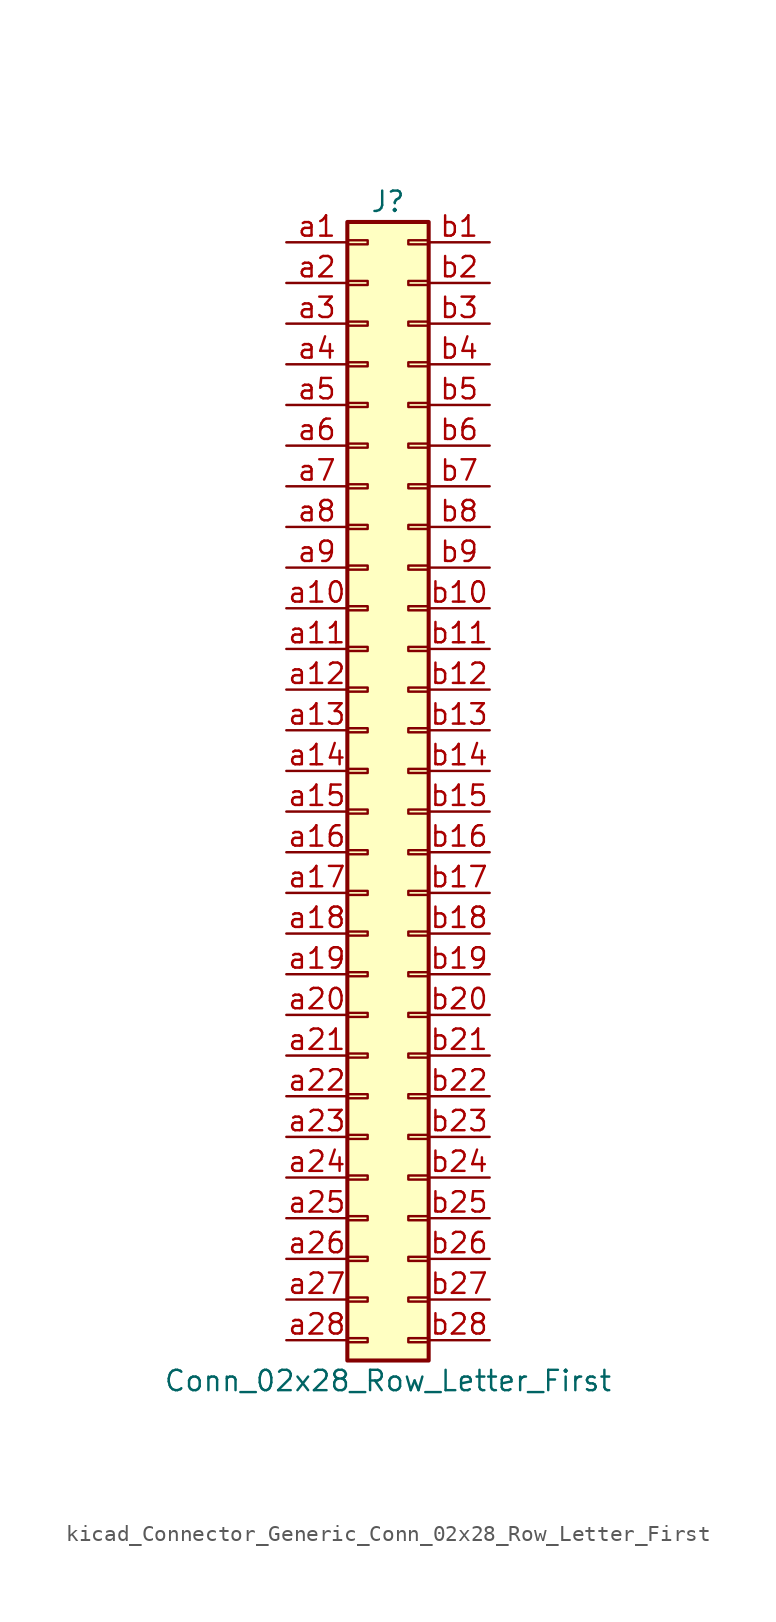
<source format=kicad_sym>
(kicad_symbol_lib
  (version 20220914)
  (generator kicad_symbol_editor)
  (symbol "kicad_Connector_Generic_Conn_02x28_Row_Letter_First"
    (pin_names
      (offset 1.016) hide)
    (property "Reference" "J"
      (at 1.27 35.56 0)
      (effects (font (size 1.27 1.27))))
    (property "Value" "Conn_02x28_Row_Letter_First"
      (at 1.27 -38.1 0)
      (effects (font (size 1.27 1.27))))
    (symbol "kicad_Connector_Generic_Conn_02x28_Row_Letter_First_1_1"
      (rectangle (start -1.27 -35.433) (end 0 -35.687) (stroke (width 0.152) (type default)) (fill (type none)))
      (rectangle (start -1.27 -32.893) (end 0 -33.147) (stroke (width 0.152) (type default)) (fill (type none)))
      (rectangle (start -1.27 -30.353) (end 0 -30.607) (stroke (width 0.152) (type default)) (fill (type none)))
      (rectangle (start -1.27 -27.813) (end 0 -28.067) (stroke (width 0.152) (type default)) (fill (type none)))
      (rectangle (start -1.27 -25.273) (end 0 -25.527) (stroke (width 0.152) (type default)) (fill (type none)))
      (rectangle (start -1.27 -22.733) (end 0 -22.987) (stroke (width 0.152) (type default)) (fill (type none)))
      (rectangle (start -1.27 -20.193) (end 0 -20.447) (stroke (width 0.152) (type default)) (fill (type none)))
      (rectangle (start -1.27 -17.653) (end 0 -17.907) (stroke (width 0.152) (type default)) (fill (type none)))
      (rectangle (start -1.27 -15.113) (end 0 -15.367) (stroke (width 0.152) (type default)) (fill (type none)))
      (rectangle (start -1.27 -12.573) (end 0 -12.827) (stroke (width 0.152) (type default)) (fill (type none)))
      (rectangle (start -1.27 -10.033) (end 0 -10.287) (stroke (width 0.152) (type default)) (fill (type none)))
      (rectangle (start -1.27 -7.493) (end 0 -7.747) (stroke (width 0.152) (type default)) (fill (type none)))
      (rectangle (start -1.27 -4.953) (end 0 -5.207) (stroke (width 0.152) (type default)) (fill (type none)))
      (rectangle (start -1.27 -2.413) (end 0 -2.667) (stroke (width 0.152) (type default)) (fill (type none)))
      (rectangle (start -1.27 0.127) (end 0 -0.127) (stroke (width 0.152) (type default)) (fill (type none)))
      (rectangle (start -1.27 2.667) (end 0 2.413) (stroke (width 0.152) (type default)) (fill (type none)))
      (rectangle (start -1.27 5.207) (end 0 4.953) (stroke (width 0.152) (type default)) (fill (type none)))
      (rectangle (start -1.27 7.747) (end 0 7.493) (stroke (width 0.152) (type default)) (fill (type none)))
      (rectangle (start -1.27 10.287) (end 0 10.033) (stroke (width 0.152) (type default)) (fill (type none)))
      (rectangle (start -1.27 12.827) (end 0 12.573) (stroke (width 0.152) (type default)) (fill (type none)))
      (rectangle (start -1.27 15.367) (end 0 15.113) (stroke (width 0.152) (type default)) (fill (type none)))
      (rectangle (start -1.27 17.907) (end 0 17.653) (stroke (width 0.152) (type default)) (fill (type none)))
      (rectangle (start -1.27 20.447) (end 0 20.193) (stroke (width 0.152) (type default)) (fill (type none)))
      (rectangle (start -1.27 22.987) (end 0 22.733) (stroke (width 0.152) (type default)) (fill (type none)))
      (rectangle (start -1.27 25.527) (end 0 25.273) (stroke (width 0.152) (type default)) (fill (type none)))
      (rectangle (start -1.27 28.067) (end 0 27.813) (stroke (width 0.152) (type default)) (fill (type none)))
      (rectangle (start -1.27 30.607) (end 0 30.353) (stroke (width 0.152) (type default)) (fill (type none)))
      (rectangle (start -1.27 33.147) (end 0 32.893) (stroke (width 0.152) (type default)) (fill (type none)))
      (rectangle (start -1.27 34.29) (end 3.81 -36.83) (stroke (width 0.254) (type default)) (fill (type background)))
      (rectangle (start 3.81 -35.433) (end 2.54 -35.687) (stroke (width 0.152) (type default)) (fill (type none)))
      (rectangle (start 3.81 -32.893) (end 2.54 -33.147) (stroke (width 0.152) (type default)) (fill (type none)))
      (rectangle (start 3.81 -30.353) (end 2.54 -30.607) (stroke (width 0.152) (type default)) (fill (type none)))
      (rectangle (start 3.81 -27.813) (end 2.54 -28.067) (stroke (width 0.152) (type default)) (fill (type none)))
      (rectangle (start 3.81 -25.273) (end 2.54 -25.527) (stroke (width 0.152) (type default)) (fill (type none)))
      (rectangle (start 3.81 -22.733) (end 2.54 -22.987) (stroke (width 0.152) (type default)) (fill (type none)))
      (rectangle (start 3.81 -20.193) (end 2.54 -20.447) (stroke (width 0.152) (type default)) (fill (type none)))
      (rectangle (start 3.81 -17.653) (end 2.54 -17.907) (stroke (width 0.152) (type default)) (fill (type none)))
      (rectangle (start 3.81 -15.113) (end 2.54 -15.367) (stroke (width 0.152) (type default)) (fill (type none)))
      (rectangle (start 3.81 -12.573) (end 2.54 -12.827) (stroke (width 0.152) (type default)) (fill (type none)))
      (rectangle (start 3.81 -10.033) (end 2.54 -10.287) (stroke (width 0.152) (type default)) (fill (type none)))
      (rectangle (start 3.81 -7.493) (end 2.54 -7.747) (stroke (width 0.152) (type default)) (fill (type none)))
      (rectangle (start 3.81 -4.953) (end 2.54 -5.207) (stroke (width 0.152) (type default)) (fill (type none)))
      (rectangle (start 3.81 -2.413) (end 2.54 -2.667) (stroke (width 0.152) (type default)) (fill (type none)))
      (rectangle (start 3.81 0.127) (end 2.54 -0.127) (stroke (width 0.152) (type default)) (fill (type none)))
      (rectangle (start 3.81 2.667) (end 2.54 2.413) (stroke (width 0.152) (type default)) (fill (type none)))
      (rectangle (start 3.81 5.207) (end 2.54 4.953) (stroke (width 0.152) (type default)) (fill (type none)))
      (rectangle (start 3.81 7.747) (end 2.54 7.493) (stroke (width 0.152) (type default)) (fill (type none)))
      (rectangle (start 3.81 10.287) (end 2.54 10.033) (stroke (width 0.152) (type default)) (fill (type none)))
      (rectangle (start 3.81 12.827) (end 2.54 12.573) (stroke (width 0.152) (type default)) (fill (type none)))
      (rectangle (start 3.81 15.367) (end 2.54 15.113) (stroke (width 0.152) (type default)) (fill (type none)))
      (rectangle (start 3.81 17.907) (end 2.54 17.653) (stroke (width 0.152) (type default)) (fill (type none)))
      (rectangle (start 3.81 20.447) (end 2.54 20.193) (stroke (width 0.152) (type default)) (fill (type none)))
      (rectangle (start 3.81 22.987) (end 2.54 22.733) (stroke (width 0.152) (type default)) (fill (type none)))
      (rectangle (start 3.81 25.527) (end 2.54 25.273) (stroke (width 0.152) (type default)) (fill (type none)))
      (rectangle (start 3.81 28.067) (end 2.54 27.813) (stroke (width 0.152) (type default)) (fill (type none)))
      (rectangle (start 3.81 30.607) (end 2.54 30.353) (stroke (width 0.152) (type default)) (fill (type none)))
      (rectangle (start 3.81 33.147) (end 2.54 32.893) (stroke (width 0.152) (type default)) (fill (type none)))
      (pin passive line (at -5.08 33.02 0) (length 3.81) (name "Pin_a1" (effects (font (size 1.27 1.27)))) (number "a1" (effects (font (size 1.27 1.27)))))
      (pin passive line (at -5.08 10.16 0) (length 3.81) (name "Pin_a10" (effects (font (size 1.27 1.27)))) (number "a10" (effects (font (size 1.27 1.27)))))
      (pin passive line (at -5.08 7.62 0) (length 3.81) (name "Pin_a11" (effects (font (size 1.27 1.27)))) (number "a11" (effects (font (size 1.27 1.27)))))
      (pin passive line (at -5.08 5.08 0) (length 3.81) (name "Pin_a12" (effects (font (size 1.27 1.27)))) (number "a12" (effects (font (size 1.27 1.27)))))
      (pin passive line (at -5.08 2.54 0) (length 3.81) (name "Pin_a13" (effects (font (size 1.27 1.27)))) (number "a13" (effects (font (size 1.27 1.27)))))
      (pin passive line (at -5.08 0 0) (length 3.81) (name "Pin_a14" (effects (font (size 1.27 1.27)))) (number "a14" (effects (font (size 1.27 1.27)))))
      (pin passive line (at -5.08 -2.54 0) (length 3.81) (name "Pin_a15" (effects (font (size 1.27 1.27)))) (number "a15" (effects (font (size 1.27 1.27)))))
      (pin passive line (at -5.08 -5.08 0) (length 3.81) (name "Pin_a16" (effects (font (size 1.27 1.27)))) (number "a16" (effects (font (size 1.27 1.27)))))
      (pin passive line (at -5.08 -7.62 0) (length 3.81) (name "Pin_a17" (effects (font (size 1.27 1.27)))) (number "a17" (effects (font (size 1.27 1.27)))))
      (pin passive line (at -5.08 -10.16 0) (length 3.81) (name "Pin_a18" (effects (font (size 1.27 1.27)))) (number "a18" (effects (font (size 1.27 1.27)))))
      (pin passive line (at -5.08 -12.7 0) (length 3.81) (name "Pin_a19" (effects (font (size 1.27 1.27)))) (number "a19" (effects (font (size 1.27 1.27)))))
      (pin passive line (at -5.08 30.48 0) (length 3.81) (name "Pin_a2" (effects (font (size 1.27 1.27)))) (number "a2" (effects (font (size 1.27 1.27)))))
      (pin passive line (at -5.08 -15.24 0) (length 3.81) (name "Pin_a20" (effects (font (size 1.27 1.27)))) (number "a20" (effects (font (size 1.27 1.27)))))
      (pin passive line (at -5.08 -17.78 0) (length 3.81) (name "Pin_a21" (effects (font (size 1.27 1.27)))) (number "a21" (effects (font (size 1.27 1.27)))))
      (pin passive line (at -5.08 -20.32 0) (length 3.81) (name "Pin_a22" (effects (font (size 1.27 1.27)))) (number "a22" (effects (font (size 1.27 1.27)))))
      (pin passive line (at -5.08 -22.86 0) (length 3.81) (name "Pin_a23" (effects (font (size 1.27 1.27)))) (number "a23" (effects (font (size 1.27 1.27)))))
      (pin passive line (at -5.08 -25.4 0) (length 3.81) (name "Pin_a24" (effects (font (size 1.27 1.27)))) (number "a24" (effects (font (size 1.27 1.27)))))
      (pin passive line (at -5.08 -27.94 0) (length 3.81) (name "Pin_a25" (effects (font (size 1.27 1.27)))) (number "a25" (effects (font (size 1.27 1.27)))))
      (pin passive line (at -5.08 -30.48 0) (length 3.81) (name "Pin_a26" (effects (font (size 1.27 1.27)))) (number "a26" (effects (font (size 1.27 1.27)))))
      (pin passive line (at -5.08 -33.02 0) (length 3.81) (name "Pin_a27" (effects (font (size 1.27 1.27)))) (number "a27" (effects (font (size 1.27 1.27)))))
      (pin passive line (at -5.08 -35.56 0) (length 3.81) (name "Pin_a28" (effects (font (size 1.27 1.27)))) (number "a28" (effects (font (size 1.27 1.27)))))
      (pin passive line (at -5.08 27.94 0) (length 3.81) (name "Pin_a3" (effects (font (size 1.27 1.27)))) (number "a3" (effects (font (size 1.27 1.27)))))
      (pin passive line (at -5.08 25.4 0) (length 3.81) (name "Pin_a4" (effects (font (size 1.27 1.27)))) (number "a4" (effects (font (size 1.27 1.27)))))
      (pin passive line (at -5.08 22.86 0) (length 3.81) (name "Pin_a5" (effects (font (size 1.27 1.27)))) (number "a5" (effects (font (size 1.27 1.27)))))
      (pin passive line (at -5.08 20.32 0) (length 3.81) (name "Pin_a6" (effects (font (size 1.27 1.27)))) (number "a6" (effects (font (size 1.27 1.27)))))
      (pin passive line (at -5.08 17.78 0) (length 3.81) (name "Pin_a7" (effects (font (size 1.27 1.27)))) (number "a7" (effects (font (size 1.27 1.27)))))
      (pin passive line (at -5.08 15.24 0) (length 3.81) (name "Pin_a8" (effects (font (size 1.27 1.27)))) (number "a8" (effects (font (size 1.27 1.27)))))
      (pin passive line (at -5.08 12.7 0) (length 3.81) (name "Pin_a9" (effects (font (size 1.27 1.27)))) (number "a9" (effects (font (size 1.27 1.27)))))
      (pin passive line (at 7.62 33.02 180) (length 3.81) (name "Pin_b1" (effects (font (size 1.27 1.27)))) (number "b1" (effects (font (size 1.27 1.27)))))
      (pin passive line (at 7.62 10.16 180) (length 3.81) (name "Pin_b10" (effects (font (size 1.27 1.27)))) (number "b10" (effects (font (size 1.27 1.27)))))
      (pin passive line (at 7.62 7.62 180) (length 3.81) (name "Pin_b11" (effects (font (size 1.27 1.27)))) (number "b11" (effects (font (size 1.27 1.27)))))
      (pin passive line (at 7.62 5.08 180) (length 3.81) (name "Pin_b12" (effects (font (size 1.27 1.27)))) (number "b12" (effects (font (size 1.27 1.27)))))
      (pin passive line (at 7.62 2.54 180) (length 3.81) (name "Pin_b13" (effects (font (size 1.27 1.27)))) (number "b13" (effects (font (size 1.27 1.27)))))
      (pin passive line (at 7.62 0 180) (length 3.81) (name "Pin_b14" (effects (font (size 1.27 1.27)))) (number "b14" (effects (font (size 1.27 1.27)))))
      (pin passive line (at 7.62 -2.54 180) (length 3.81) (name "Pin_b15" (effects (font (size 1.27 1.27)))) (number "b15" (effects (font (size 1.27 1.27)))))
      (pin passive line (at 7.62 -5.08 180) (length 3.81) (name "Pin_b16" (effects (font (size 1.27 1.27)))) (number "b16" (effects (font (size 1.27 1.27)))))
      (pin passive line (at 7.62 -7.62 180) (length 3.81) (name "Pin_b17" (effects (font (size 1.27 1.27)))) (number "b17" (effects (font (size 1.27 1.27)))))
      (pin passive line (at 7.62 -10.16 180) (length 3.81) (name "Pin_b18" (effects (font (size 1.27 1.27)))) (number "b18" (effects (font (size 1.27 1.27)))))
      (pin passive line (at 7.62 -12.7 180) (length 3.81) (name "Pin_b19" (effects (font (size 1.27 1.27)))) (number "b19" (effects (font (size 1.27 1.27)))))
      (pin passive line (at 7.62 30.48 180) (length 3.81) (name "Pin_b2" (effects (font (size 1.27 1.27)))) (number "b2" (effects (font (size 1.27 1.27)))))
      (pin passive line (at 7.62 -15.24 180) (length 3.81) (name "Pin_b20" (effects (font (size 1.27 1.27)))) (number "b20" (effects (font (size 1.27 1.27)))))
      (pin passive line (at 7.62 -17.78 180) (length 3.81) (name "Pin_b21" (effects (font (size 1.27 1.27)))) (number "b21" (effects (font (size 1.27 1.27)))))
      (pin passive line (at 7.62 -20.32 180) (length 3.81) (name "Pin_b22" (effects (font (size 1.27 1.27)))) (number "b22" (effects (font (size 1.27 1.27)))))
      (pin passive line (at 7.62 -22.86 180) (length 3.81) (name "Pin_b23" (effects (font (size 1.27 1.27)))) (number "b23" (effects (font (size 1.27 1.27)))))
      (pin passive line (at 7.62 -25.4 180) (length 3.81) (name "Pin_b24" (effects (font (size 1.27 1.27)))) (number "b24" (effects (font (size 1.27 1.27)))))
      (pin passive line (at 7.62 -27.94 180) (length 3.81) (name "Pin_b25" (effects (font (size 1.27 1.27)))) (number "b25" (effects (font (size 1.27 1.27)))))
      (pin passive line (at 7.62 -30.48 180) (length 3.81) (name "Pin_b26" (effects (font (size 1.27 1.27)))) (number "b26" (effects (font (size 1.27 1.27)))))
      (pin passive line (at 7.62 -33.02 180) (length 3.81) (name "Pin_b27" (effects (font (size 1.27 1.27)))) (number "b27" (effects (font (size 1.27 1.27)))))
      (pin passive line (at 7.62 -35.56 180) (length 3.81) (name "Pin_b28" (effects (font (size 1.27 1.27)))) (number "b28" (effects (font (size 1.27 1.27)))))
      (pin passive line (at 7.62 27.94 180) (length 3.81) (name "Pin_b3" (effects (font (size 1.27 1.27)))) (number "b3" (effects (font (size 1.27 1.27)))))
      (pin passive line (at 7.62 25.4 180) (length 3.81) (name "Pin_b4" (effects (font (size 1.27 1.27)))) (number "b4" (effects (font (size 1.27 1.27)))))
      (pin passive line (at 7.62 22.86 180) (length 3.81) (name "Pin_b5" (effects (font (size 1.27 1.27)))) (number "b5" (effects (font (size 1.27 1.27)))))
      (pin passive line (at 7.62 20.32 180) (length 3.81) (name "Pin_b6" (effects (font (size 1.27 1.27)))) (number "b6" (effects (font (size 1.27 1.27)))))
      (pin passive line (at 7.62 17.78 180) (length 3.81) (name "Pin_b7" (effects (font (size 1.27 1.27)))) (number "b7" (effects (font (size 1.27 1.27)))))
      (pin passive line (at 7.62 15.24 180) (length 3.81) (name "Pin_b8" (effects (font (size 1.27 1.27)))) (number "b8" (effects (font (size 1.27 1.27)))))
      (pin passive line (at 7.62 12.7 180) (length 3.81) (name "Pin_b9" (effects (font (size 1.27 1.27)))) (number "b9" (effects (font (size 1.27 1.27))))))))
</source>
